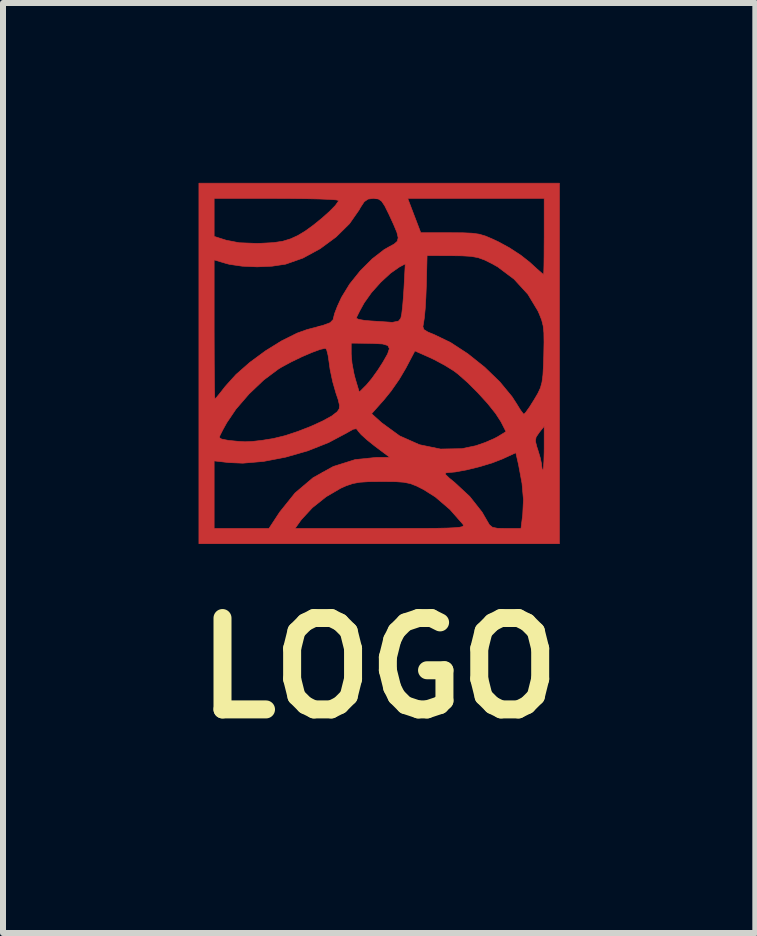
<source format=kicad_pcb>
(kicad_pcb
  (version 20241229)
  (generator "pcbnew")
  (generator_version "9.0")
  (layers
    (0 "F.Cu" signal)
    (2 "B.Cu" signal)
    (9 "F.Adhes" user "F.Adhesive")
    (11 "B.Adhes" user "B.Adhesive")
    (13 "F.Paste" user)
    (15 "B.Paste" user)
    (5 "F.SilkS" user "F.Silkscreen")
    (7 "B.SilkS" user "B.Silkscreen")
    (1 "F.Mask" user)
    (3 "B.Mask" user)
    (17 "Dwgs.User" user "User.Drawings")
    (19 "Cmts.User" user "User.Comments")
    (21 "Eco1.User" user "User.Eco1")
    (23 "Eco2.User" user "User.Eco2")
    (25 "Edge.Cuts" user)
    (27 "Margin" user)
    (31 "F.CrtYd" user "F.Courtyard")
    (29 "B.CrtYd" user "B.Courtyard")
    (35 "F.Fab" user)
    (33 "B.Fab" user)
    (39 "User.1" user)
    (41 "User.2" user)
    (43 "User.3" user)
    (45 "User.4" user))
  (footprint "LOGO"
    (layer "F.Cu")
    (at 3.273 3.011)
    (property "Reference" "LOGO" (at 0 5.08 0) (layer "F.SilkS") (effects (font (size 1.524 1.524) (thickness 0.3))))
    (attr through_hole)
    (fp_poly (pts (xy 3.006 3.006) (xy -3.006 3.006) (xy -3.006 1.625) (xy -2.752 1.625) (xy -2.752 2.752) (xy -1.838 2.752) (xy -1.403 2.752) (xy 0.023 2.752) (xy 0.408 2.751) (xy 0.716 2.751) (xy 0.956 2.749) (xy 1.135 2.745) (xy 1.261 2.739) (xy 1.343 2.731) (xy 1.388 2.721) (xy 1.405 2.706) (xy 1.401 2.689) (xy 1.394 2.678) (xy 1.181 2.436) (xy 0.937 2.227) (xy 0.741 2.103) (xy 0.62 2.042) (xy 0.518 2.003) (xy 0.41 1.981) (xy 0.271 1.971) (xy 0.075 1.969) (xy 0.042 1.969) (xy -0.17 1.971) (xy -0.323 1.981) (xy -0.442 2.003) (xy -0.553 2.041) (xy -0.64 2.08) (xy -0.883 2.222) (xy -1.113 2.405) (xy -1.297 2.604) (xy -1.317 2.631) (xy -1.403 2.752) (xy -1.838 2.752) (xy -1.659 2.479) (xy -1.404 2.161) (xy -1.103 1.906) (xy -0.96 1.826) (xy 1.104 1.826) (xy 1.108 1.853) (xy 1.167 1.91) (xy 1.259 1.985) (xy 1.511 2.219) (xy 1.716 2.479) (xy 1.794 2.614) (xy 1.839 2.691) (xy 1.89 2.732) (xy 1.973 2.749) (xy 2.115 2.752) (xy 2.365 2.752) (xy 2.394 2.519) (xy 2.406 2.272) (xy 2.382 1.998) (xy 2.324 1.687) (xy 2.279 1.489) (xy 2.053 1.593) (xy 1.883 1.659) (xy 1.674 1.722) (xy 1.458 1.775) (xy 1.265 1.81) (xy 1.15 1.82) (xy 1.104 1.826) (xy -0.96 1.826) (xy -0.765 1.718) (xy -0.4 1.603) (xy -0.049 1.567) (xy 0.178 1.566) (xy -0.076 1.376) (xy -0.203 1.274) (xy -0.301 1.185) (xy -0.353 1.125) (xy -0.354 1.12) (xy -0.381 1.088) (xy -0.433 1.097) (xy -0.53 1.152) (xy -0.544 1.16) (xy -0.845 1.32) (xy -1.191 1.457) (xy -1.561 1.563) (xy -1.93 1.634) (xy -2.274 1.663) (xy -2.508 1.653) (xy -2.752 1.625) (xy -3.006 1.625) (xy -3.006 1.236) (xy -2.667 1.236) (xy -2.627 1.261) (xy -2.514 1.283) (xy -2.341 1.3) (xy -2.237 1.306) (xy -2.119 1.301) (xy -1.952 1.282) (xy -1.771 1.253) (xy -1.753 1.249) (xy -1.565 1.203) (xy -1.354 1.133) (xy -1.141 1.05) (xy -0.946 0.961) (xy -0.792 0.877) (xy -0.741 0.838) (xy -0.126 0.838) (xy 0.041 0.989) (xy 0.342 1.208) (xy 0.673 1.355) (xy 1.022 1.427) (xy 1.376 1.421) (xy 1.612 1.372) (xy 1.77 1.317) (xy 1.824 1.294) (xy 2.605 1.294) (xy 2.629 1.389) (xy 2.646 1.44) (xy 2.685 1.569) (xy 2.708 1.675) (xy 2.709 1.699) (xy 2.719 1.765) (xy 2.731 1.778) (xy 2.74 1.739) (xy 2.747 1.634) (xy 2.751 1.484) (xy 2.752 1.412) (xy 2.752 1.047) (xy 2.667 1.154) (xy 2.617 1.228) (xy 2.605 1.294) (xy 1.824 1.294) (xy 1.917 1.253) (xy 1.978 1.221) (xy 2.115 1.137) (xy 2.031 0.972) (xy 1.944 0.837) (xy 1.81 0.669) (xy 1.647 0.49) (xy 1.476 0.319) (xy 1.315 0.177) (xy 1.239 0.12) (xy 1.09 0.028) (xy 0.914 -0.066) (xy 0.826 -0.107) (xy 0.596 -0.209) (xy 0.444 0.08) (xy 0.334 0.266) (xy 0.198 0.461) (xy 0.083 0.603) (xy -0.126 0.838) (xy -0.741 0.838) (xy -0.7 0.806) (xy -0.667 0.758) (xy -0.661 0.698) (xy -0.684 0.602) (xy -0.721 0.493) (xy -0.775 0.305) (xy -0.819 0.097) (xy -0.832 -0.001) (xy -0.852 -0.135) (xy -0.857 -0.156) (xy -0.466 -0.156) (xy -0.453 -0.005) (xy -0.42 0.171) (xy -0.399 0.253) (xy -0.332 0.478) (xy -0.21 0.356) (xy -0.124 0.253) (xy -0.022 0.111) (xy 0.062 -0.02) (xy 0.14 -0.157) (xy 0.17 -0.246) (xy 0.145 -0.299) (xy 0.057 -0.325) (xy -0.104 -0.334) (xy -0.201 -0.336) (xy -0.466 -0.339) (xy -0.466 -0.156) (xy -0.857 -0.156) (xy -0.875 -0.226) (xy -0.893 -0.254) (xy -0.981 -0.235) (xy -1.12 -0.184) (xy -1.288 -0.112) (xy -1.464 -0.027) (xy -1.624 0.059) (xy -1.68 0.093) (xy -1.925 0.276) (xy -2.17 0.509) (xy -2.389 0.763) (xy -2.541 0.988) (xy -2.608 1.109) (xy -2.654 1.2) (xy -2.667 1.236) (xy -3.006 1.236) (xy -3.006 -1.727) (xy -2.752 -1.727) (xy -2.752 -0.567) (xy -2.751 -0.264) (xy -2.75 0.01) (xy -2.748 0.243) (xy -2.746 0.425) (xy -2.743 0.545) (xy -2.739 0.592) (xy -2.739 0.593) (xy -2.709 0.562) (xy -2.643 0.481) (xy -2.565 0.381) (xy -2.388 0.185) (xy -2.158 -0.017) (xy -1.896 -0.21) (xy -1.625 -0.378) (xy -1.368 -0.506) (xy -1.206 -0.564) (xy -1.112 -0.589) (xy -1.021 -0.613) (xy 0.729 -0.613) (xy 0.747 -0.564) (xy 0.815 -0.523) (xy 0.914 -0.483) (xy 1.19 -0.35) (xy 1.478 -0.162) (xy 1.76 0.063) (xy 2.013 0.308) (xy 2.216 0.554) (xy 2.297 0.68) (xy 2.358 0.779) (xy 2.404 0.839) (xy 2.415 0.846) (xy 2.446 0.813) (xy 2.508 0.726) (xy 2.584 0.605) (xy 2.647 0.498) (xy 2.689 0.408) (xy 2.715 0.313) (xy 2.731 0.193) (xy 2.74 0.024) (xy 2.745 -0.135) (xy 2.749 -0.353) (xy 2.747 -0.51) (xy 2.735 -0.626) (xy 2.71 -0.725) (xy 2.669 -0.828) (xy 2.647 -0.877) (xy 2.48 -1.154) (xy 2.249 -1.406) (xy 1.976 -1.611) (xy 1.884 -1.663) (xy 1.757 -1.726) (xy 1.649 -1.765) (xy 1.533 -1.786) (xy 1.381 -1.795) (xy 1.215 -1.797) (xy 0.799 -1.799) (xy 0.787 -1.312) (xy 0.779 -1.104) (xy 0.768 -0.914) (xy 0.754 -0.766) (xy 0.743 -0.693) (xy 0.729 -0.613) (xy -1.021 -0.613) (xy -0.982 -0.624) (xy -0.942 -0.634) (xy -0.817 -0.68) (xy -0.765 -0.735) (xy -0.762 -0.754) (xy -0.381 -0.754) (xy -0.342 -0.735) (xy -0.243 -0.718) (xy -0.138 -0.709) (xy 0.019 -0.699) (xy 0.157 -0.69) (xy 0.218 -0.685) (xy 0.322 -0.706) (xy 0.36 -0.751) (xy 0.376 -0.824) (xy 0.392 -0.959) (xy 0.406 -1.133) (xy 0.413 -1.243) (xy 0.435 -1.66) (xy 0.338 -1.609) (xy 0.191 -1.506) (xy 0.027 -1.355) (xy -0.128 -1.182) (xy -0.249 -1.012) (xy -0.258 -0.996) (xy -0.324 -0.876) (xy -0.369 -0.786) (xy -0.381 -0.754) (xy -0.762 -0.754) (xy -0.762 -0.757) (xy -0.744 -0.831) (xy -0.696 -0.955) (xy -0.629 -1.1) (xy -0.627 -1.104) (xy -0.493 -1.323) (xy -0.316 -1.544) (xy -0.117 -1.743) (xy 0.081 -1.897) (xy 0.163 -1.944) (xy 0.25 -1.991) (xy 0.302 -2.037) (xy 0.317 -2.096) (xy 0.296 -2.186) (xy 0.239 -2.322) (xy 0.163 -2.487) (xy 0.093 -2.628) (xy 0.04 -2.707) (xy -0.014 -2.743) (xy -0.085 -2.752) (xy -0.097 -2.752) (xy -0.185 -2.741) (xy -0.249 -2.697) (xy -0.313 -2.6) (xy -0.335 -2.559) (xy -0.495 -2.33) (xy -0.719 -2.109) (xy -0.985 -1.913) (xy -1.272 -1.757) (xy -1.559 -1.656) (xy -1.571 -1.654) (xy -1.785 -1.622) (xy -2.035 -1.611) (xy -2.284 -1.622) (xy -2.497 -1.653) (xy -2.554 -1.668) (xy -2.752 -1.727) (xy -3.006 -1.727) (xy -3.006 -2.752) (xy -2.752 -2.752) (xy -2.752 -2.119) (xy -2.551 -2.055) (xy -2.334 -2.013) (xy -2.046 -2.002) (xy -1.968 -2.004) (xy -1.761 -2.015) (xy -1.608 -2.038) (xy -1.477 -2.078) (xy -1.355 -2.134) (xy -1.237 -2.205) (xy -1.099 -2.305) (xy -0.957 -2.42) (xy -0.829 -2.534) (xy -0.731 -2.634) (xy -0.681 -2.704) (xy -0.677 -2.718) (xy -0.718 -2.728) (xy -0.831 -2.736) (xy -1.007 -2.743) (xy -1.233 -2.748) (xy -1.497 -2.751) (xy -1.714 -2.752) (xy -2.752 -2.752) (xy -3.006 -2.752) (xy -3.006 -2.752) (xy 0.476 -2.752) (xy 0.585 -2.466) (xy 0.694 -2.18) (xy 1.183 -2.18) (xy 1.397 -2.179) (xy 1.55 -2.172) (xy 1.668 -2.156) (xy 1.775 -2.124) (xy 1.894 -2.073) (xy 1.99 -2.028) (xy 2.175 -1.927) (xy 2.363 -1.804) (xy 2.513 -1.686) (xy 2.519 -1.68) (xy 2.626 -1.582) (xy 2.706 -1.512) (xy 2.741 -1.483) (xy 2.741 -1.483) (xy 2.745 -1.523) (xy 2.748 -1.632) (xy 2.75 -1.797) (xy 2.751 -2.003) (xy 2.752 -2.117) (xy 2.752 -2.752) (xy 1.614 -2.752) (xy 0.476 -2.752) (xy -3.006 -2.752) (xy -3.006 -3.006) (xy 3.006 -3.006) (xy 3.006 3.006)) (stroke (width 0.01) (type solid)) (fill yes) (layer "F.Cu"))
    (fp_poly (pts (xy 3.006 3.006) (xy -3.006 3.006) (xy -3.006 1.625) (xy -2.752 1.625) (xy -2.752 2.752) (xy -1.838 2.752) (xy -1.403 2.752) (xy 0.023 2.752) (xy 0.408 2.751) (xy 0.716 2.751) (xy 0.956 2.749) (xy 1.135 2.745) (xy 1.261 2.739) (xy 1.343 2.731) (xy 1.388 2.721) (xy 1.405 2.706) (xy 1.401 2.689) (xy 1.394 2.678) (xy 1.181 2.436) (xy 0.937 2.227) (xy 0.741 2.103) (xy 0.62 2.042) (xy 0.518 2.003) (xy 0.41 1.981) (xy 0.271 1.971) (xy 0.075 1.969) (xy 0.042 1.969) (xy -0.17 1.971) (xy -0.323 1.981) (xy -0.442 2.003) (xy -0.553 2.041) (xy -0.64 2.08) (xy -0.883 2.222) (xy -1.113 2.405) (xy -1.297 2.604) (xy -1.317 2.631) (xy -1.403 2.752) (xy -1.838 2.752) (xy -1.659 2.479) (xy -1.404 2.161) (xy -1.103 1.906) (xy -0.96 1.826) (xy 1.104 1.826) (xy 1.108 1.853) (xy 1.167 1.91) (xy 1.259 1.985) (xy 1.511 2.219) (xy 1.716 2.479) (xy 1.794 2.614) (xy 1.839 2.691) (xy 1.89 2.732) (xy 1.973 2.749) (xy 2.115 2.752) (xy 2.365 2.752) (xy 2.394 2.519) (xy 2.406 2.272) (xy 2.382 1.998) (xy 2.324 1.687) (xy 2.279 1.489) (xy 2.053 1.593) (xy 1.883 1.659) (xy 1.674 1.722) (xy 1.458 1.775) (xy 1.265 1.81) (xy 1.15 1.82) (xy 1.104 1.826) (xy -0.96 1.826) (xy -0.765 1.718) (xy -0.4 1.603) (xy -0.049 1.567) (xy 0.178 1.566) (xy -0.076 1.376) (xy -0.203 1.274) (xy -0.301 1.185) (xy -0.353 1.125) (xy -0.354 1.12) (xy -0.381 1.088) (xy -0.433 1.097) (xy -0.53 1.152) (xy -0.544 1.16) (xy -0.845 1.32) (xy -1.191 1.457) (xy -1.561 1.563) (xy -1.93 1.634) (xy -2.274 1.663) (xy -2.508 1.653) (xy -2.752 1.625) (xy -3.006 1.625) (xy -3.006 1.236) (xy -2.667 1.236) (xy -2.627 1.261) (xy -2.514 1.283) (xy -2.341 1.3) (xy -2.237 1.306) (xy -2.119 1.301) (xy -1.952 1.282) (xy -1.771 1.253) (xy -1.753 1.249) (xy -1.565 1.203) (xy -1.354 1.133) (xy -1.141 1.05) (xy -0.946 0.961) (xy -0.792 0.877) (xy -0.741 0.838) (xy -0.126 0.838) (xy 0.041 0.989) (xy 0.342 1.208) (xy 0.673 1.355) (xy 1.022 1.427) (xy 1.376 1.421) (xy 1.612 1.372) (xy 1.77 1.317) (xy 1.824 1.294) (xy 2.605 1.294) (xy 2.629 1.389) (xy 2.646 1.44) (xy 2.685 1.569) (xy 2.708 1.675) (xy 2.709 1.699) (xy 2.719 1.765) (xy 2.731 1.778) (xy 2.74 1.739) (xy 2.747 1.634) (xy 2.751 1.484) (xy 2.752 1.412) (xy 2.752 1.047) (xy 2.667 1.154) (xy 2.617 1.228) (xy 2.605 1.294) (xy 1.824 1.294) (xy 1.917 1.253) (xy 1.978 1.221) (xy 2.115 1.137) (xy 2.031 0.972) (xy 1.944 0.837) (xy 1.81 0.669) (xy 1.647 0.49) (xy 1.476 0.319) (xy 1.315 0.177) (xy 1.239 0.12) (xy 1.09 0.028) (xy 0.914 -0.066) (xy 0.826 -0.107) (xy 0.596 -0.209) (xy 0.444 0.08) (xy 0.334 0.266) (xy 0.198 0.461) (xy 0.083 0.603) (xy -0.126 0.838) (xy -0.741 0.838) (xy -0.7 0.806) (xy -0.667 0.758) (xy -0.661 0.698) (xy -0.684 0.602) (xy -0.721 0.493) (xy -0.775 0.305) (xy -0.819 0.097) (xy -0.832 -0.001) (xy -0.852 -0.135) (xy -0.857 -0.156) (xy -0.466 -0.156) (xy -0.453 -0.005) (xy -0.42 0.171) (xy -0.399 0.253) (xy -0.332 0.478) (xy -0.21 0.356) (xy -0.124 0.253) (xy -0.022 0.111) (xy 0.062 -0.02) (xy 0.14 -0.157) (xy 0.17 -0.246) (xy 0.145 -0.299) (xy 0.057 -0.325) (xy -0.104 -0.334) (xy -0.201 -0.336) (xy -0.466 -0.339) (xy -0.466 -0.156) (xy -0.857 -0.156) (xy -0.875 -0.226) (xy -0.893 -0.254) (xy -0.981 -0.235) (xy -1.12 -0.184) (xy -1.288 -0.112) (xy -1.464 -0.027) (xy -1.624 0.059) (xy -1.68 0.093) (xy -1.925 0.276) (xy -2.17 0.509) (xy -2.389 0.763) (xy -2.541 0.988) (xy -2.608 1.109) (xy -2.654 1.2) (xy -2.667 1.236) (xy -3.006 1.236) (xy -3.006 -1.727) (xy -2.752 -1.727) (xy -2.752 -0.567) (xy -2.751 -0.264) (xy -2.75 0.01) (xy -2.748 0.243) (xy -2.746 0.425) (xy -2.743 0.545) (xy -2.739 0.592) (xy -2.739 0.593) (xy -2.709 0.562) (xy -2.643 0.481) (xy -2.565 0.381) (xy -2.388 0.185) (xy -2.158 -0.017) (xy -1.896 -0.21) (xy -1.625 -0.378) (xy -1.368 -0.506) (xy -1.206 -0.564) (xy -1.112 -0.589) (xy -1.021 -0.613) (xy 0.729 -0.613) (xy 0.747 -0.564) (xy 0.815 -0.523) (xy 0.914 -0.483) (xy 1.19 -0.35) (xy 1.478 -0.162) (xy 1.76 0.063) (xy 2.013 0.308) (xy 2.216 0.554) (xy 2.297 0.68) (xy 2.358 0.779) (xy 2.404 0.839) (xy 2.415 0.846) (xy 2.446 0.813) (xy 2.508 0.726) (xy 2.584 0.605) (xy 2.647 0.498) (xy 2.689 0.408) (xy 2.715 0.313) (xy 2.731 0.193) (xy 2.74 0.024) (xy 2.745 -0.135) (xy 2.749 -0.353) (xy 2.747 -0.51) (xy 2.735 -0.626) (xy 2.71 -0.725) (xy 2.669 -0.828) (xy 2.647 -0.877) (xy 2.48 -1.154) (xy 2.249 -1.406) (xy 1.976 -1.611) (xy 1.884 -1.663) (xy 1.757 -1.726) (xy 1.649 -1.765) (xy 1.533 -1.786) (xy 1.381 -1.795) (xy 1.215 -1.797) (xy 0.799 -1.799) (xy 0.787 -1.312) (xy 0.779 -1.104) (xy 0.768 -0.914) (xy 0.754 -0.766) (xy 0.743 -0.693) (xy 0.729 -0.613) (xy -1.021 -0.613) (xy -0.982 -0.624) (xy -0.942 -0.634) (xy -0.817 -0.68) (xy -0.765 -0.735) (xy -0.762 -0.754) (xy -0.381 -0.754) (xy -0.342 -0.735) (xy -0.243 -0.718) (xy -0.138 -0.709) (xy 0.019 -0.699) (xy 0.157 -0.69) (xy 0.218 -0.685) (xy 0.322 -0.706) (xy 0.36 -0.751) (xy 0.376 -0.824) (xy 0.392 -0.959) (xy 0.406 -1.133) (xy 0.413 -1.243) (xy 0.435 -1.66) (xy 0.338 -1.609) (xy 0.191 -1.506) (xy 0.027 -1.355) (xy -0.128 -1.182) (xy -0.249 -1.012) (xy -0.258 -0.996) (xy -0.324 -0.876) (xy -0.369 -0.786) (xy -0.381 -0.754) (xy -0.762 -0.754) (xy -0.762 -0.757) (xy -0.744 -0.831) (xy -0.696 -0.955) (xy -0.629 -1.1) (xy -0.627 -1.104) (xy -0.493 -1.323) (xy -0.316 -1.544) (xy -0.117 -1.743) (xy 0.081 -1.897) (xy 0.163 -1.944) (xy 0.25 -1.991) (xy 0.302 -2.037) (xy 0.317 -2.096) (xy 0.296 -2.186) (xy 0.239 -2.322) (xy 0.163 -2.487) (xy 0.093 -2.628) (xy 0.04 -2.707) (xy -0.014 -2.743) (xy -0.085 -2.752) (xy -0.097 -2.752) (xy -0.185 -2.741) (xy -0.249 -2.697) (xy -0.313 -2.6) (xy -0.335 -2.559) (xy -0.495 -2.33) (xy -0.719 -2.109) (xy -0.985 -1.913) (xy -1.272 -1.757) (xy -1.559 -1.656) (xy -1.571 -1.654) (xy -1.785 -1.622) (xy -2.035 -1.611) (xy -2.284 -1.622) (xy -2.497 -1.653) (xy -2.554 -1.668) (xy -2.752 -1.727) (xy -3.006 -1.727) (xy -3.006 -2.752) (xy -2.752 -2.752) (xy -2.752 -2.119) (xy -2.551 -2.055) (xy -2.334 -2.013) (xy -2.046 -2.002) (xy -1.968 -2.004) (xy -1.761 -2.015) (xy -1.608 -2.038) (xy -1.477 -2.078) (xy -1.355 -2.134) (xy -1.237 -2.205) (xy -1.099 -2.305) (xy -0.957 -2.42) (xy -0.829 -2.534) (xy -0.731 -2.634) (xy -0.681 -2.704) (xy -0.677 -2.718) (xy -0.718 -2.728) (xy -0.831 -2.736) (xy -1.007 -2.743) (xy -1.233 -2.748) (xy -1.497 -2.751) (xy -1.714 -2.752) (xy -2.752 -2.752) (xy -3.006 -2.752) (xy -3.006 -2.752) (xy 0.476 -2.752) (xy 0.585 -2.466) (xy 0.694 -2.18) (xy 1.183 -2.18) (xy 1.397 -2.179) (xy 1.55 -2.172) (xy 1.668 -2.156) (xy 1.775 -2.124) (xy 1.894 -2.073) (xy 1.99 -2.028) (xy 2.175 -1.927) (xy 2.363 -1.804) (xy 2.513 -1.686) (xy 2.519 -1.68) (xy 2.626 -1.582) (xy 2.706 -1.512) (xy 2.741 -1.483) (xy 2.741 -1.483) (xy 2.745 -1.523) (xy 2.748 -1.632) (xy 2.75 -1.797) (xy 2.751 -2.003) (xy 2.752 -2.117) (xy 2.752 -2.752) (xy 1.614 -2.752) (xy 0.476 -2.752) (xy -3.006 -2.752) (xy -3.006 -3.006) (xy 3.006 -3.006) (xy 3.006 3.006)) (stroke (width 0.01) (type solid)) (fill yes) (layer "F.Mask")))
  (gr_rect
    (start -3 -3)
    (end 9.546 12.509)
    (stroke (width 0.1) (type default))
    (fill no)
    (layer "Edge.Cuts")))
</source>
